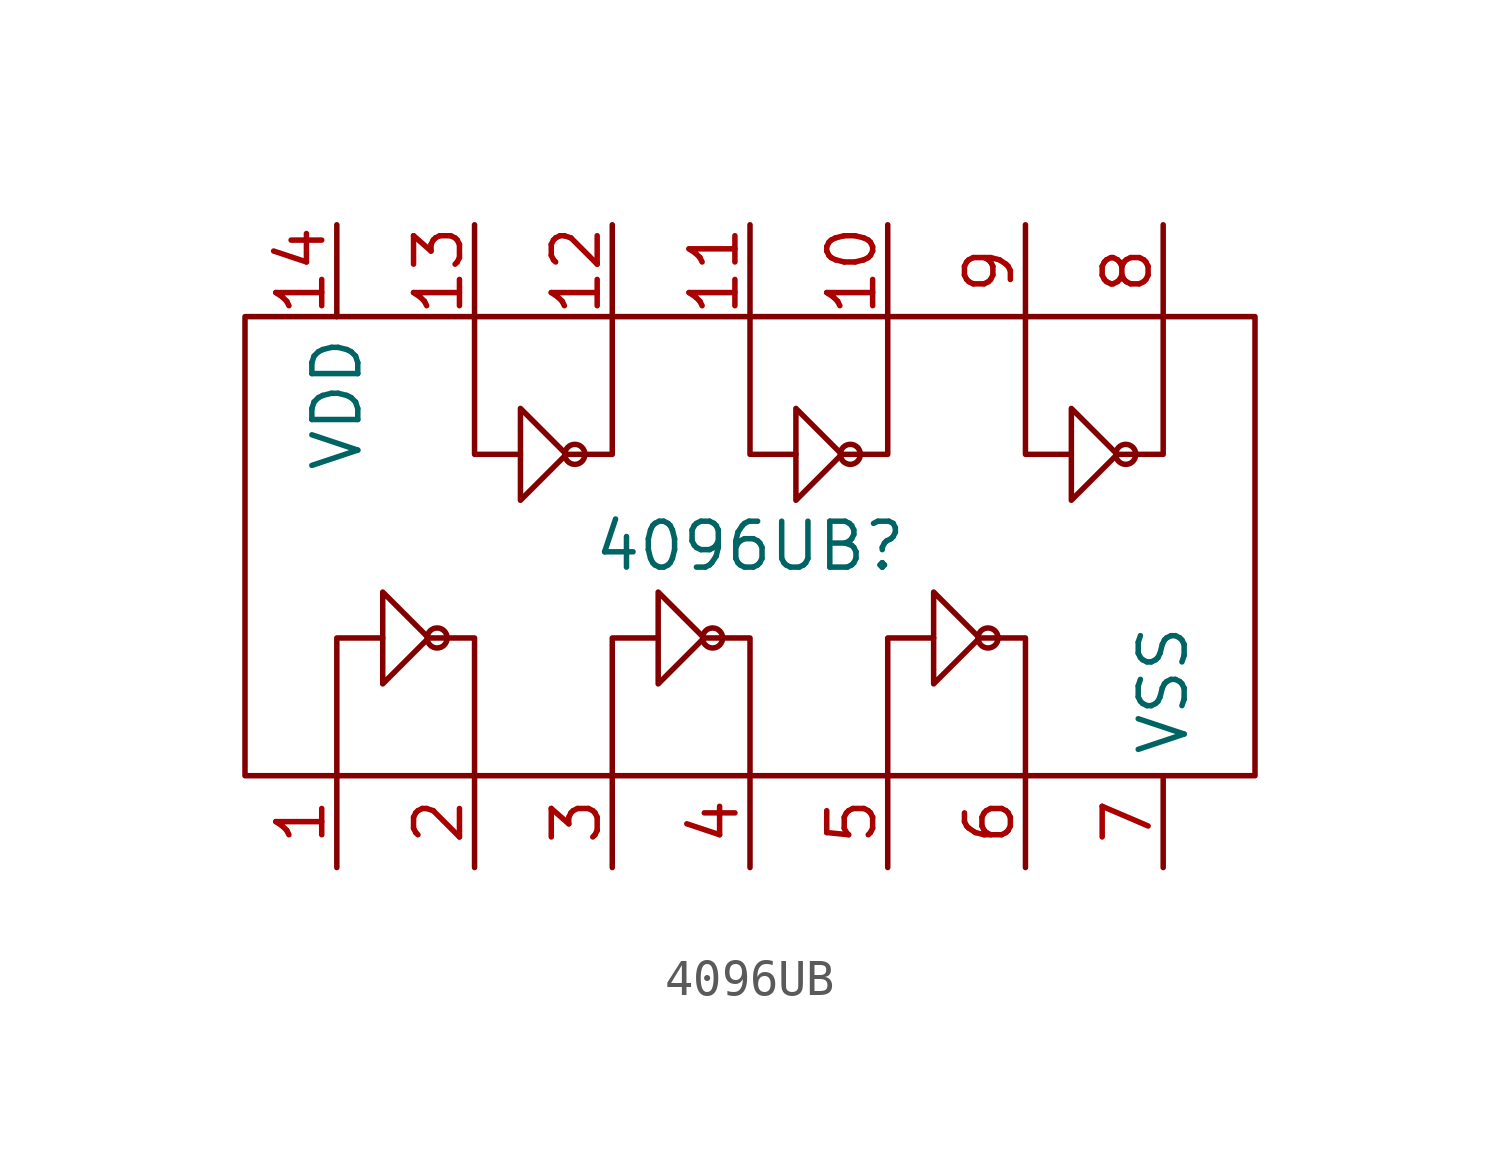
<source format=kicad_sym>
(kicad_symbol_lib
  (version 20241209)
  (generator "kicad_symbol_editor")
  (generator_version "9.0")
  (symbol "4096UB"
    (property "Reference" "4096UB"
      (at 0 0 0)
      (effects (font (size 1.27 1.27))))
    (property "Value" ""
      (at 0 0 0)
      (effects (font (size 1.27 1.27))))
    (symbol "4096UB_0_1"
      (rectangle (start -13.97 6.35) (end 13.97 -6.35) (stroke (width 0) (type default)) (fill (type none)))
      (polyline (pts (xy -10.16 -2.54) (xy -11.43 -2.54) (xy -11.43 -6.35)) (stroke (width 0) (type default)) (fill (type none)))
      (polyline (pts (xy -10.16 -3.81) (xy -10.16 -1.27) (xy -8.89 -2.54) (xy -10.16 -3.81)) (stroke (width 0) (type default)) (fill (type color) (color 0 0 0 0)))
      (polyline (pts (xy -8.89 -2.54) (xy -7.62 -2.54) (xy -7.62 -6.35)) (stroke (width 0) (type default)) (fill (type none)))
      (circle (center -8.655 -2.54) (radius 0.277) (stroke (width 0) (type default)) (fill (type color) (color 0 0 0 0)))
      (polyline (pts (xy -6.35 2.54) (xy -7.62 2.54) (xy -7.62 6.35)) (stroke (width 0) (type default)) (fill (type none)))
      (polyline (pts (xy -6.35 1.27) (xy -6.35 3.81) (xy -5.08 2.54) (xy -6.35 1.27)) (stroke (width 0) (type default)) (fill (type color) (color 0 0 0 0)))
      (polyline (pts (xy -5.08 2.54) (xy -3.81 2.54) (xy -3.81 6.35)) (stroke (width 0) (type default)) (fill (type none)))
      (circle (center -4.845 2.54) (radius 0.277) (stroke (width 0) (type default)) (fill (type color) (color 0 0 0 0)))
      (polyline (pts (xy -2.54 -2.54) (xy -3.81 -2.54) (xy -3.81 -6.35)) (stroke (width 0) (type default)) (fill (type none)))
      (polyline (pts (xy -2.54 -3.81) (xy -2.54 -1.27) (xy -1.27 -2.54) (xy -2.54 -3.81)) (stroke (width 0) (type default)) (fill (type color) (color 0 0 0 0)))
      (polyline (pts (xy -1.27 -2.54) (xy 0 -2.54) (xy 0 -6.35)) (stroke (width 0) (type default)) (fill (type none)))
      (circle (center -1.035 -2.54) (radius 0.277) (stroke (width 0) (type default)) (fill (type color) (color 0 0 0 0)))
      (polyline (pts (xy 1.27 2.54) (xy 0 2.54) (xy 0 6.35)) (stroke (width 0) (type default)) (fill (type none)))
      (polyline (pts (xy 1.27 1.27) (xy 1.27 3.81) (xy 2.54 2.54) (xy 1.27 1.27)) (stroke (width 0) (type default)) (fill (type color) (color 0 0 0 0)))
      (polyline (pts (xy 2.54 2.54) (xy 3.81 2.54) (xy 3.81 6.35)) (stroke (width 0) (type default)) (fill (type none)))
      (circle (center 2.775 2.54) (radius 0.277) (stroke (width 0) (type default)) (fill (type color) (color 0 0 0 0)))
      (polyline (pts (xy 5.08 -2.54) (xy 3.81 -2.54) (xy 3.81 -6.35)) (stroke (width 0) (type default)) (fill (type none)))
      (polyline (pts (xy 5.08 -3.81) (xy 5.08 -1.27) (xy 6.35 -2.54) (xy 5.08 -3.81)) (stroke (width 0) (type default)) (fill (type color) (color 0 0 0 0)))
      (polyline (pts (xy 6.35 -2.54) (xy 7.62 -2.54) (xy 7.62 -6.35)) (stroke (width 0) (type default)) (fill (type none)))
      (circle (center 6.585 -2.54) (radius 0.277) (stroke (width 0) (type default)) (fill (type color) (color 0 0 0 0)))
      (polyline (pts (xy 8.89 2.54) (xy 7.62 2.54) (xy 7.62 6.35)) (stroke (width 0) (type default)) (fill (type none)))
      (polyline (pts (xy 8.89 1.27) (xy 8.89 3.81) (xy 10.16 2.54) (xy 8.89 1.27)) (stroke (width 0) (type default)) (fill (type color) (color 0 0 0 0)))
      (polyline (pts (xy 10.16 2.54) (xy 11.43 2.54) (xy 11.43 6.35)) (stroke (width 0) (type default)) (fill (type none)))
      (circle (center 10.395 2.54) (radius 0.277) (stroke (width 0) (type default)) (fill (type color) (color 0 0 0 0))))
    (symbol "4096UB_1_1"
      (pin input line (at -11.43 8.89 270) (length 2.54) (name "VDD" (effects (font (size 1.27 1.27)))) (number "14" (effects (font (size 1.27 1.27)))))
      (pin input line (at -11.43 -8.89 90) (length 2.54) (name "" (effects (font (size 1.27 1.27)))) (number "1" (effects (font (size 1.27 1.27)))))
      (pin input line (at -7.62 8.89 270) (length 2.54) (name "" (effects (font (size 1.27 1.27)))) (number "13" (effects (font (size 1.27 1.27)))))
      (pin input line (at -7.62 -8.89 90) (length 2.54) (name "" (effects (font (size 1.27 1.27)))) (number "2" (effects (font (size 1.27 1.27)))))
      (pin input line (at -3.81 8.89 270) (length 2.54) (name "" (effects (font (size 1.27 1.27)))) (number "12" (effects (font (size 1.27 1.27)))))
      (pin input line (at -3.81 -8.89 90) (length 2.54) (name "" (effects (font (size 1.27 1.27)))) (number "3" (effects (font (size 1.27 1.27)))))
      (pin input line (at 0 8.89 270) (length 2.54) (name "" (effects (font (size 1.27 1.27)))) (number "11" (effects (font (size 1.27 1.27)))))
      (pin input line (at 0 -8.89 90) (length 2.54) (name "" (effects (font (size 1.27 1.27)))) (number "4" (effects (font (size 1.27 1.27)))))
      (pin input line (at 3.81 8.89 270) (length 2.54) (name "" (effects (font (size 1.27 1.27)))) (number "10" (effects (font (size 1.27 1.27)))))
      (pin input line (at 3.81 -8.89 90) (length 2.54) (name "" (effects (font (size 1.27 1.27)))) (number "5" (effects (font (size 1.27 1.27)))))
      (pin input line (at 7.62 8.89 270) (length 2.54) (name "" (effects (font (size 1.27 1.27)))) (number "9" (effects (font (size 1.27 1.27)))))
      (pin input line (at 7.62 -8.89 90) (length 2.54) (name "" (effects (font (size 1.27 1.27)))) (number "6" (effects (font (size 1.27 1.27)))))
      (pin input line (at 11.43 8.89 270) (length 2.54) (name "" (effects (font (size 1.27 1.27)))) (number "8" (effects (font (size 1.27 1.27)))))
      (pin input line (at 11.43 -8.89 90) (length 2.54) (name "VSS" (effects (font (size 1.27 1.27)))) (number "7" (effects (font (size 1.27 1.27))))))))
</source>
